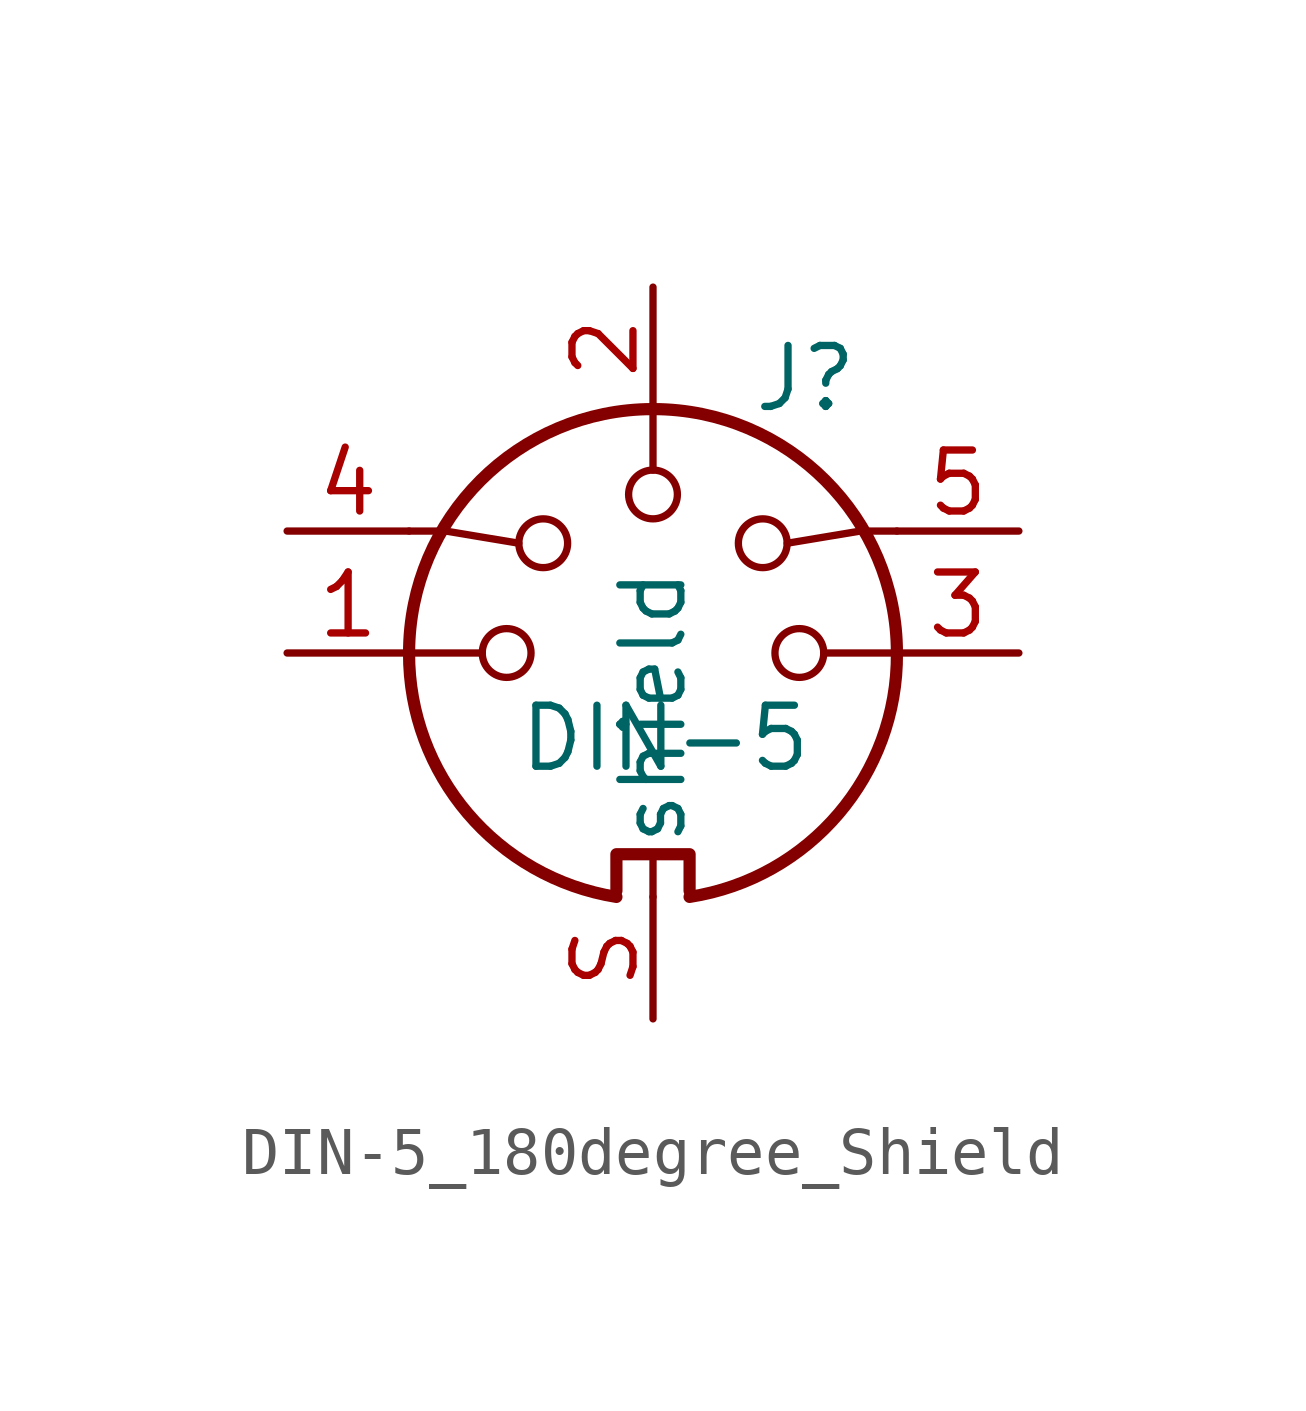
<source format=kicad_sym>
(kicad_symbol_lib
  (version 20220914)
  (generator kicad_symbol_editor)
  (symbol "DIN-5_180degree_Shield"
    (pin_names
      (offset 1.016))
    (property "Reference" "J"
      (at 3.175 5.715 0)
      (effects (font (size 1.27 1.27))))
    (property "Value" "DIN-5"
      (at 0.254 -1.778 0)
      (effects (font (size 1.27 1.27))))
    (symbol "DIN-5_180degree_Shield_0_1"
      (arc (start -5.08 0) (mid -3.8609 -3.3364) (end -0.762 -5.08) (stroke (width 0.254) (type default)) (fill (type none)))
      (circle (center -3.048 0) (radius 0.508) (stroke (width 0) (type default)) (fill (type none)))
      (circle (center -2.286 2.286) (radius 0.508) (stroke (width 0) (type default)) (fill (type none)))
      (polyline (pts (xy -5.08 0) (xy -3.556 0)) (stroke (width 0) (type default)) (fill (type none)))
      (polyline (pts (xy 0 -5.08) (xy 0 -4.318)) (stroke (width 0) (type default)) (fill (type none)))
      (polyline (pts (xy 0 5.08) (xy 0 3.81)) (stroke (width 0) (type default)) (fill (type none)))
      (polyline (pts (xy 5.08 0) (xy 3.556 0)) (stroke (width 0) (type default)) (fill (type none)))
      (polyline (pts (xy -5.08 2.54) (xy -4.318 2.54) (xy -2.794 2.286)) (stroke (width 0) (type default)) (fill (type none)))
      (polyline (pts (xy 5.08 2.54) (xy 4.318 2.54) (xy 2.794 2.286)) (stroke (width 0) (type default)) (fill (type none)))
      (polyline (pts (xy -0.762 -4.953) (xy -0.762 -4.191) (xy 0.762 -4.191) (xy 0.762 -4.953)) (stroke (width 0.254) (type default)) (fill (type none)))
      (circle (center 0 3.302) (radius 0.508) (stroke (width 0) (type default)) (fill (type none)))
      (arc (start 0.762 -5.08) (mid 3.8685 -3.343) (end 5.08 0) (stroke (width 0.254) (type default)) (fill (type none)))
      (circle (center 2.286 2.286) (radius 0.508) (stroke (width 0) (type default)) (fill (type none)))
      (circle (center 3.048 0) (radius 0.508) (stroke (width 0) (type default)) (fill (type none)))
      (arc (start 5.08 0) (mid 0 5.0579) (end -5.08 0) (stroke (width 0.254) (type default)) (fill (type none))))
    (symbol "DIN-5_180degree_Shield_1_0"
      (pin passive line (at 0 -7.62 90) (length 2.54) (name "shield" (effects (font (size 1.27 1.27)))) (number "S" (effects (font (size 1.27 1.27))))))
    (symbol "DIN-5_180degree_Shield_1_1"
      (pin passive line (at -7.62 0 0) (length 2.54) (name "~" (effects (font (size 1.27 1.27)))) (number "1" (effects (font (size 1.27 1.27)))))
      (pin passive line (at 0 7.62 270) (length 2.54) (name "~" (effects (font (size 1.27 1.27)))) (number "2" (effects (font (size 1.27 1.27)))))
      (pin passive line (at 7.62 0 180) (length 2.54) (name "~" (effects (font (size 1.27 1.27)))) (number "3" (effects (font (size 1.27 1.27)))))
      (pin passive line (at -7.62 2.54 0) (length 2.54) (name "~" (effects (font (size 1.27 1.27)))) (number "4" (effects (font (size 1.27 1.27)))))
      (pin passive line (at 7.62 2.54 180) (length 2.54) (name "~" (effects (font (size 1.27 1.27)))) (number "5" (effects (font (size 1.27 1.27))))))))
</source>
